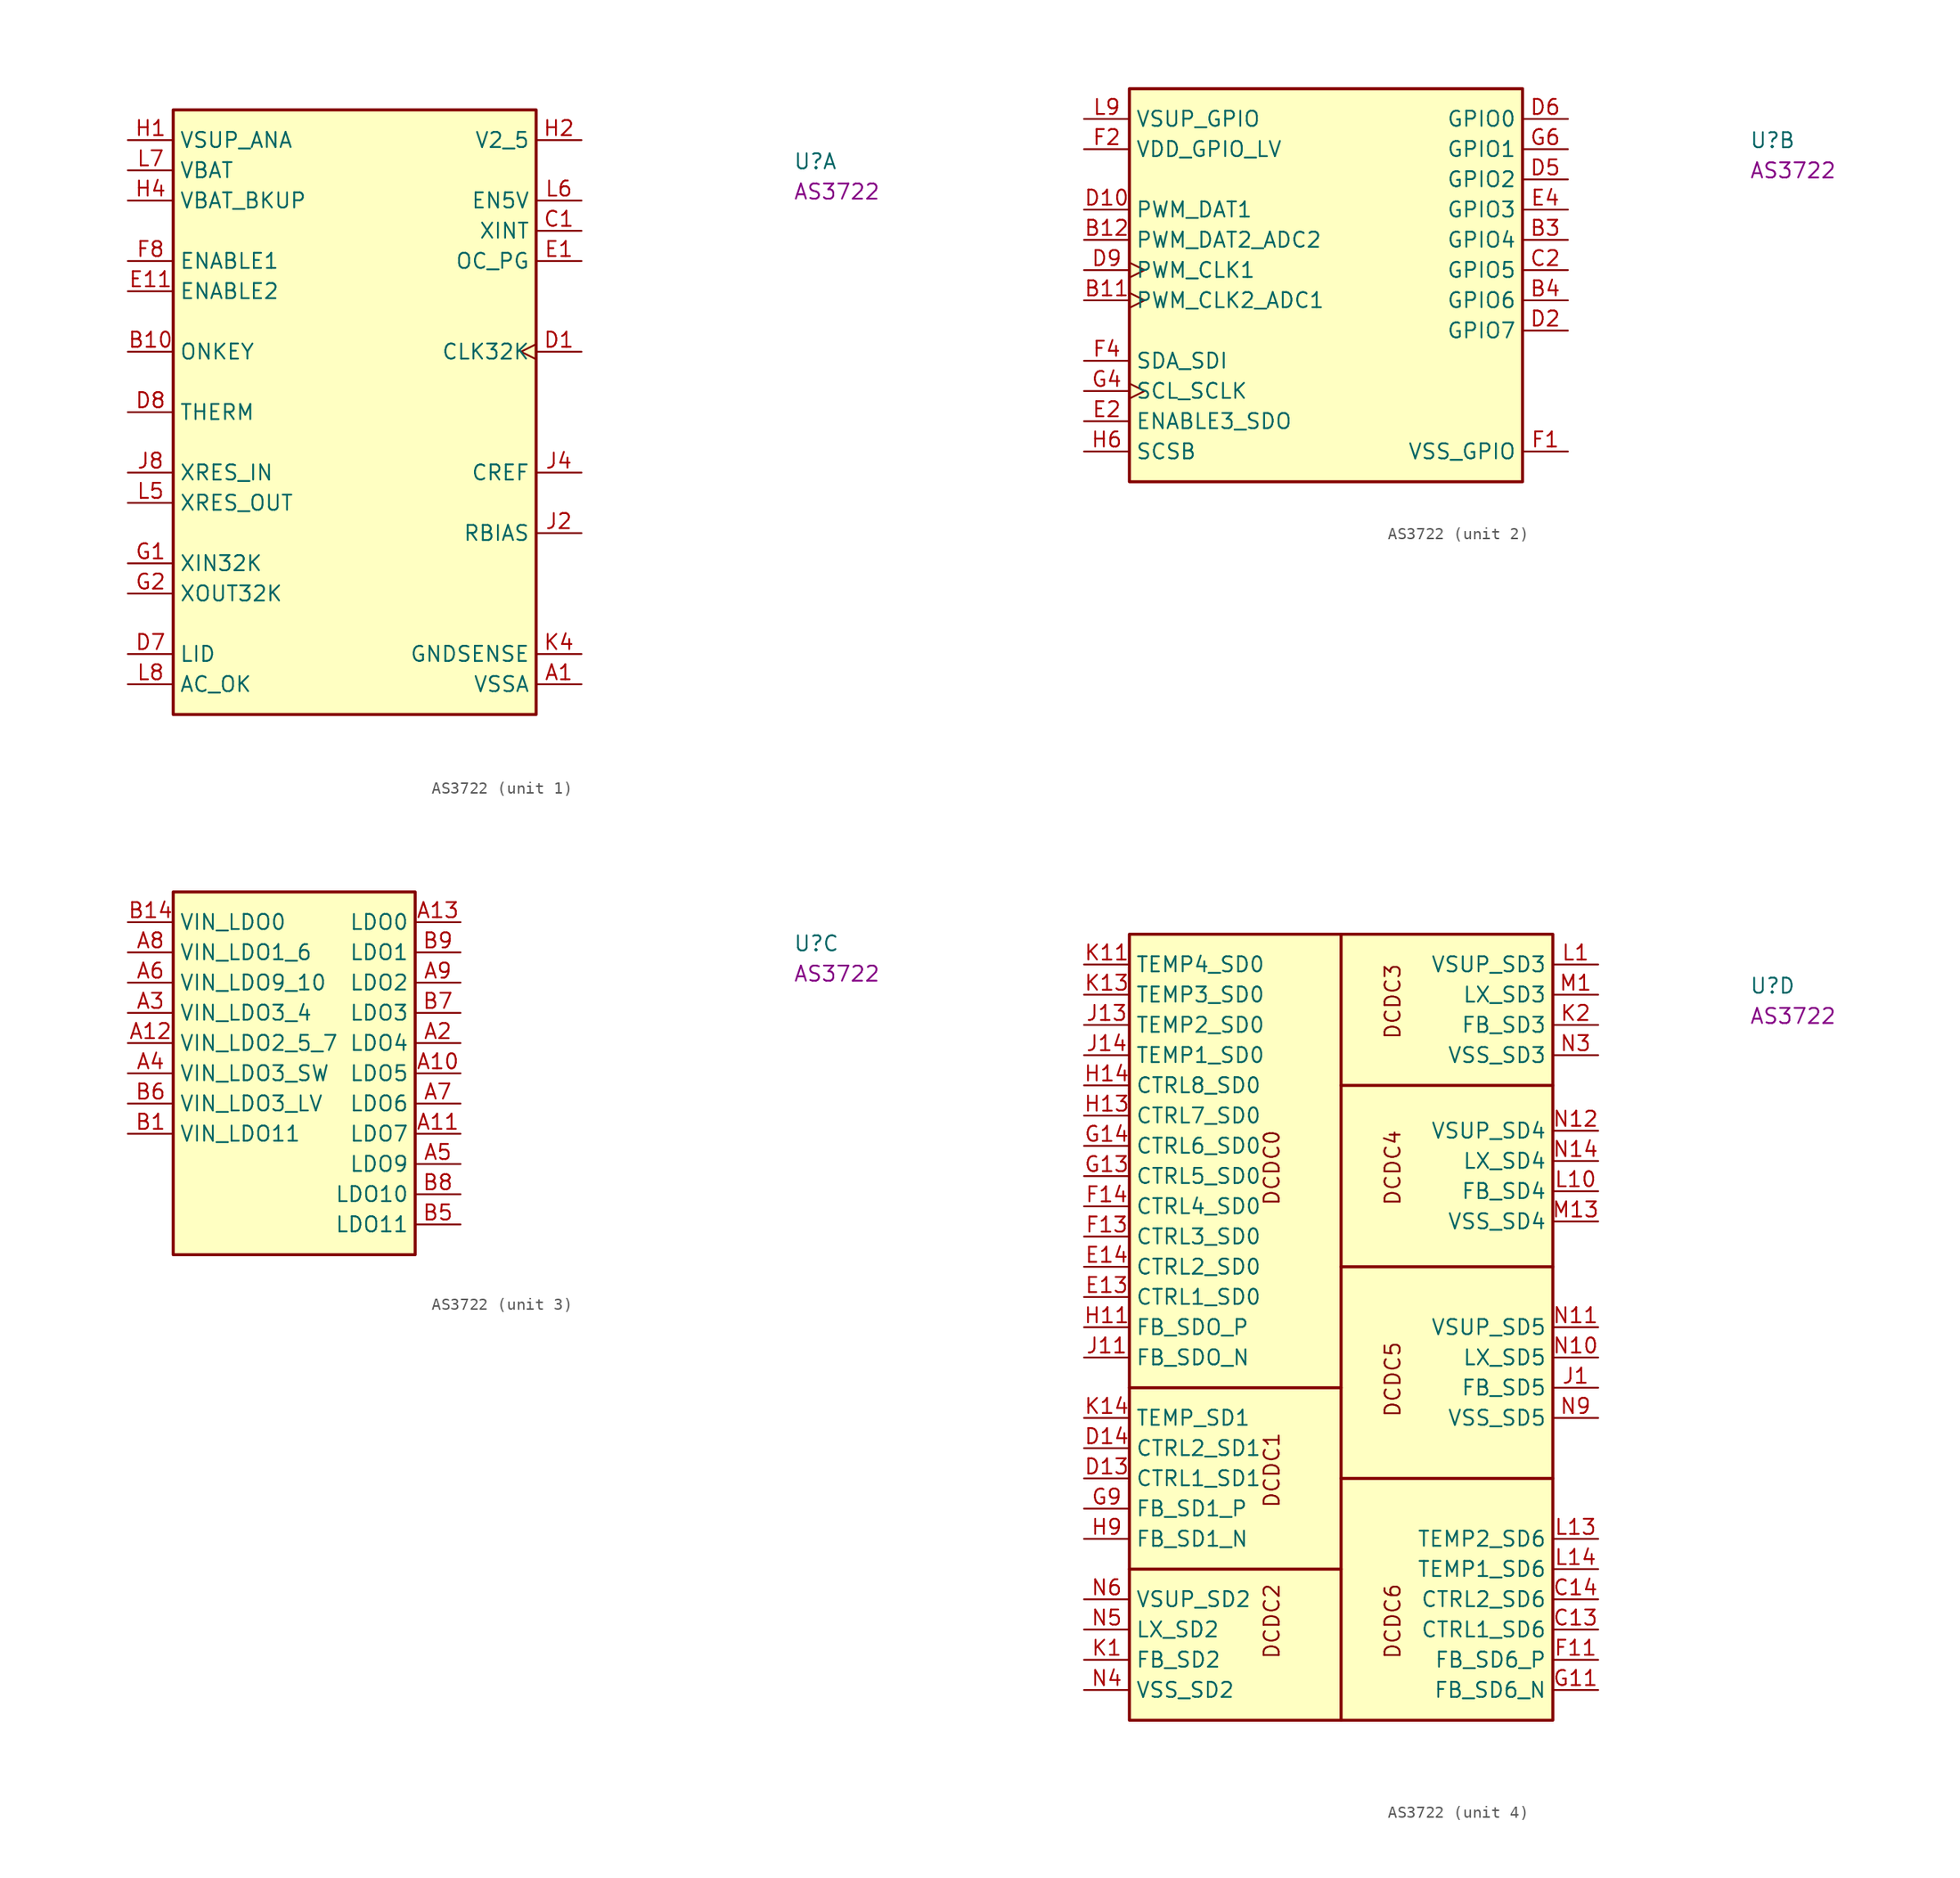
<source format=kicad_sym>
(kicad_symbol_lib
  (version 20220914)
  (generator kicad_symbol_editor)
  (symbol "AS3722"
    (property "Reference" "U"
      (at 55.88 -2.54 0)
      (effects (font (size 1.27 1.27) (thickness 0.15)) (justify left bottom)))
    (property "MPN" "AS3722"
      (at 55.88 -5.08 0)
      (effects (font (size 1.27 1.27) (thickness 0.15)) (justify left bottom)))
    (property "ki_locked" ""
      (at 0 0 0)
      (effects (font (size 1.27 1.27))))
    (symbol "AS3722_1_1"
      (rectangle (start 3.81 2.54) (end 34.29 -48.26) (stroke (width 0.254) (type default)) (fill (type background)))
      (pin power_in line (at 38.1 -45.72 180) (length 3.81) (name "VSSA" (effects (font (size 1.27 1.27)))) (number "A1" (effects (font (size 1.27 1.27)))))
      (pin passive line (at 38.1 -45.72 180) (length 3.81) hide (name "VSSA" (effects (font (size 1.27 1.27)))) (number "A14" (effects (font (size 1.27 1.27)))))
      (pin input line (at 0 -17.78 0) (length 3.81) (name "ONKEY" (effects (font (size 1.27 1.27)))) (number "B10" (effects (font (size 1.27 1.27)))))
      (pin output line (at 38.1 -7.62 180) (length 3.81) (name "XINT" (effects (font (size 1.27 1.27)))) (number "C1" (effects (font (size 1.27 1.27)))))
      (pin output clock (at 38.1 -17.78 180) (length 3.81) (name "CLK32K" (effects (font (size 1.27 1.27)))) (number "D1" (effects (font (size 1.27 1.27)))))
      (pin input line (at 0 -43.18 0) (length 3.81) (name "LID" (effects (font (size 1.27 1.27)))) (number "D7" (effects (font (size 1.27 1.27)))))
      (pin input line (at 0 -22.86 0) (length 3.81) (name "THERM" (effects (font (size 1.27 1.27)))) (number "D8" (effects (font (size 1.27 1.27)))))
      (pin output line (at 38.1 -10.16 180) (length 3.81) (name "OC_PG" (effects (font (size 1.27 1.27)))) (number "E1" (effects (font (size 1.27 1.27)))))
      (pin input line (at 0 -12.7 0) (length 3.81) (name "ENABLE2" (effects (font (size 1.27 1.27)))) (number "E11" (effects (font (size 1.27 1.27)))))
      (pin passive line (at 38.1 -45.72 180) (length 3.81) hide (name "VSSA" (effects (font (size 1.27 1.27)))) (number "F7" (effects (font (size 1.27 1.27)))))
      (pin input line (at 0 -10.16 0) (length 3.81) (name "ENABLE1" (effects (font (size 1.27 1.27)))) (number "F8" (effects (font (size 1.27 1.27)))))
      (pin input line (at 0 -35.56 0) (length 3.81) (name "XIN32K" (effects (font (size 1.27 1.27)))) (number "G1" (effects (font (size 1.27 1.27)))))
      (pin output line (at 0 -38.1 0) (length 3.81) (name "XOUT32K" (effects (font (size 1.27 1.27)))) (number "G2" (effects (font (size 1.27 1.27)))))
      (pin power_in line (at 0 0 0) (length 3.81) (name "VSUP_ANA" (effects (font (size 1.27 1.27)))) (number "H1" (effects (font (size 1.27 1.27)))))
      (pin output line (at 38.1 0 180) (length 3.81) (name "V2_5" (effects (font (size 1.27 1.27)))) (number "H2" (effects (font (size 1.27 1.27)))))
      (pin power_in line (at 0 -5.08 0) (length 3.81) (name "VBAT_BKUP" (effects (font (size 1.27 1.27)))) (number "H4" (effects (font (size 1.27 1.27)))))
      (pin bidirectional line (at 38.1 -33.02 180) (length 3.81) (name "RBIAS" (effects (font (size 1.27 1.27)))) (number "J2" (effects (font (size 1.27 1.27)))))
      (pin bidirectional line (at 38.1 -27.94 180) (length 3.81) (name "CREF" (effects (font (size 1.27 1.27)))) (number "J4" (effects (font (size 1.27 1.27)))))
      (pin passive line (at 38.1 -45.72 180) (length 3.81) hide (name "VSSA" (effects (font (size 1.27 1.27)))) (number "J7" (effects (font (size 1.27 1.27)))))
      (pin input line (at 0 -27.94 0) (length 3.81) (name "XRES_IN" (effects (font (size 1.27 1.27)))) (number "J8" (effects (font (size 1.27 1.27)))))
      (pin power_in line (at 38.1 -43.18 180) (length 3.81) (name "GNDSENSE" (effects (font (size 1.27 1.27)))) (number "K4" (effects (font (size 1.27 1.27)))))
      (pin output line (at 0 -30.48 0) (length 3.81) (name "XRES_OUT" (effects (font (size 1.27 1.27)))) (number "L5" (effects (font (size 1.27 1.27)))))
      (pin output line (at 38.1 -5.08 180) (length 3.81) (name "EN5V" (effects (font (size 1.27 1.27)))) (number "L6" (effects (font (size 1.27 1.27)))))
      (pin power_in line (at 0 -2.54 0) (length 3.81) (name "VBAT" (effects (font (size 1.27 1.27)))) (number "L7" (effects (font (size 1.27 1.27)))))
      (pin input line (at 0 -45.72 0) (length 3.81) (name "AC_OK" (effects (font (size 1.27 1.27)))) (number "L8" (effects (font (size 1.27 1.27)))))
      (pin passive line (at 38.1 -45.72 180) (length 3.81) hide (name "VSSA" (effects (font (size 1.27 1.27)))) (number "P1" (effects (font (size 1.27 1.27)))))
      (pin passive line (at 38.1 -45.72 180) (length 3.81) hide (name "VSSA" (effects (font (size 1.27 1.27)))) (number "P14" (effects (font (size 1.27 1.27))))))
    (symbol "AS3722_2_1"
      (rectangle (start 3.81 2.54) (end 36.83 -30.48) (stroke (width 0.254) (type default)) (fill (type background)))
      (pin input clock (at 0 -15.24 0) (length 3.81) (name "PWM_CLK2_ADC1" (effects (font (size 1.27 1.27)))) (number "B11" (effects (font (size 1.27 1.27)))))
      (pin input line (at 0 -10.16 0) (length 3.81) (name "PWM_DAT2_ADC2" (effects (font (size 1.27 1.27)))) (number "B12" (effects (font (size 1.27 1.27)))))
      (pin bidirectional line (at 40.64 -10.16 180) (length 3.81) (name "GPIO4" (effects (font (size 1.27 1.27)))) (number "B3" (effects (font (size 1.27 1.27)))))
      (pin bidirectional line (at 40.64 -15.24 180) (length 3.81) (name "GPIO6" (effects (font (size 1.27 1.27)))) (number "B4" (effects (font (size 1.27 1.27)))))
      (pin bidirectional line (at 40.64 -12.7 180) (length 3.81) (name "GPIO5" (effects (font (size 1.27 1.27)))) (number "C2" (effects (font (size 1.27 1.27)))))
      (pin input line (at 0 -7.62 0) (length 3.81) (name "PWM_DAT1" (effects (font (size 1.27 1.27)))) (number "D10" (effects (font (size 1.27 1.27)))))
      (pin bidirectional line (at 40.64 -17.78 180) (length 3.81) (name "GPIO7" (effects (font (size 1.27 1.27)))) (number "D2" (effects (font (size 1.27 1.27)))))
      (pin bidirectional line (at 40.64 -5.08 180) (length 3.81) (name "GPIO2" (effects (font (size 1.27 1.27)))) (number "D5" (effects (font (size 1.27 1.27)))))
      (pin bidirectional line (at 40.64 0 180) (length 3.81) (name "GPIO0" (effects (font (size 1.27 1.27)))) (number "D6" (effects (font (size 1.27 1.27)))))
      (pin input clock (at 0 -12.7 0) (length 3.81) (name "PWM_CLK1" (effects (font (size 1.27 1.27)))) (number "D9" (effects (font (size 1.27 1.27)))))
      (pin bidirectional line (at 0 -25.4 0) (length 3.81) (name "ENABLE3_SDO" (effects (font (size 1.27 1.27)))) (number "E2" (effects (font (size 1.27 1.27)))))
      (pin bidirectional line (at 40.64 -7.62 180) (length 3.81) (name "GPIO3" (effects (font (size 1.27 1.27)))) (number "E4" (effects (font (size 1.27 1.27)))))
      (pin power_in line (at 40.64 -27.94 180) (length 3.81) (name "VSS_GPIO" (effects (font (size 1.27 1.27)))) (number "F1" (effects (font (size 1.27 1.27)))))
      (pin power_in line (at 0 -2.54 0) (length 3.81) (name "VDD_GPIO_LV" (effects (font (size 1.27 1.27)))) (number "F2" (effects (font (size 1.27 1.27)))))
      (pin input line (at 0 -20.32 0) (length 3.81) (name "SDA_SDI" (effects (font (size 1.27 1.27)))) (number "F4" (effects (font (size 1.27 1.27)))))
      (pin input clock (at 0 -22.86 0) (length 3.81) (name "SCL_SCLK" (effects (font (size 1.27 1.27)))) (number "G4" (effects (font (size 1.27 1.27)))))
      (pin bidirectional line (at 40.64 -2.54 180) (length 3.81) (name "GPIO1" (effects (font (size 1.27 1.27)))) (number "G6" (effects (font (size 1.27 1.27)))))
      (pin input line (at 0 -27.94 0) (length 3.81) (name "SCSB" (effects (font (size 1.27 1.27)))) (number "H6" (effects (font (size 1.27 1.27)))))
      (pin power_in line (at 0 0 0) (length 3.81) (name "VSUP_GPIO" (effects (font (size 1.27 1.27)))) (number "L9" (effects (font (size 1.27 1.27))))))
    (symbol "AS3722_3_1"
      (rectangle (start 3.81 2.54) (end 24.13 -27.94) (stroke (width 0.254) (type default)) (fill (type background)))
      (pin power_out line (at 27.94 -12.7 180) (length 3.81) (name "LDO5" (effects (font (size 1.27 1.27)))) (number "A10" (effects (font (size 1.27 1.27)))))
      (pin power_out line (at 27.94 -17.78 180) (length 3.81) (name "LDO7" (effects (font (size 1.27 1.27)))) (number "A11" (effects (font (size 1.27 1.27)))))
      (pin power_in line (at 0 -10.16 0) (length 3.81) (name "VIN_LDO2_5_7" (effects (font (size 1.27 1.27)))) (number "A12" (effects (font (size 1.27 1.27)))))
      (pin power_out line (at 27.94 0 180) (length 3.81) (name "LDO0" (effects (font (size 1.27 1.27)))) (number "A13" (effects (font (size 1.27 1.27)))))
      (pin power_out line (at 27.94 -10.16 180) (length 3.81) (name "LDO4" (effects (font (size 1.27 1.27)))) (number "A2" (effects (font (size 1.27 1.27)))))
      (pin power_in line (at 0 -7.62 0) (length 3.81) (name "VIN_LDO3_4" (effects (font (size 1.27 1.27)))) (number "A3" (effects (font (size 1.27 1.27)))))
      (pin power_in line (at 0 -12.7 0) (length 3.81) (name "VIN_LDO3_SW" (effects (font (size 1.27 1.27)))) (number "A4" (effects (font (size 1.27 1.27)))))
      (pin power_out line (at 27.94 -20.32 180) (length 3.81) (name "LDO9" (effects (font (size 1.27 1.27)))) (number "A5" (effects (font (size 1.27 1.27)))))
      (pin power_in line (at 0 -5.08 0) (length 3.81) (name "VIN_LDO9_10" (effects (font (size 1.27 1.27)))) (number "A6" (effects (font (size 1.27 1.27)))))
      (pin power_out line (at 27.94 -15.24 180) (length 3.81) (name "LDO6" (effects (font (size 1.27 1.27)))) (number "A7" (effects (font (size 1.27 1.27)))))
      (pin power_in line (at 0 -2.54 0) (length 3.81) (name "VIN_LDO1_6" (effects (font (size 1.27 1.27)))) (number "A8" (effects (font (size 1.27 1.27)))))
      (pin power_out line (at 27.94 -5.08 180) (length 3.81) (name "LDO2" (effects (font (size 1.27 1.27)))) (number "A9" (effects (font (size 1.27 1.27)))))
      (pin power_in line (at 0 -17.78 0) (length 3.81) (name "VIN_LDO11" (effects (font (size 1.27 1.27)))) (number "B1" (effects (font (size 1.27 1.27)))))
      (pin power_in line (at 0 0 0) (length 3.81) (name "VIN_LDO0" (effects (font (size 1.27 1.27)))) (number "B14" (effects (font (size 1.27 1.27)))))
      (pin power_out line (at 27.94 -25.4 180) (length 3.81) (name "LDO11" (effects (font (size 1.27 1.27)))) (number "B5" (effects (font (size 1.27 1.27)))))
      (pin power_in line (at 0 -15.24 0) (length 3.81) (name "VIN_LDO3_LV" (effects (font (size 1.27 1.27)))) (number "B6" (effects (font (size 1.27 1.27)))))
      (pin power_out line (at 27.94 -7.62 180) (length 3.81) (name "LDO3" (effects (font (size 1.27 1.27)))) (number "B7" (effects (font (size 1.27 1.27)))))
      (pin power_out line (at 27.94 -22.86 180) (length 3.81) (name "LDO10" (effects (font (size 1.27 1.27)))) (number "B8" (effects (font (size 1.27 1.27)))))
      (pin power_out line (at 27.94 -2.54 180) (length 3.81) (name "LDO1" (effects (font (size 1.27 1.27)))) (number "B9" (effects (font (size 1.27 1.27))))))
    (symbol "AS3722_4_1"
      (polyline (pts (xy 21.59 -50.8) (xy 21.59 -63.5)) (stroke (width 0.254) (type default)) (fill (type background)))
      (polyline (pts (xy 39.37 -43.18) (xy 21.59 -43.18)) (stroke (width 0.254) (type default)) (fill (type background)))
      (polyline (pts (xy 39.37 -25.4) (xy 21.59 -25.4)) (stroke (width 0.254) (type default)) (fill (type background)))
      (polyline (pts (xy 39.37 -10.16) (xy 21.59 -10.16)) (stroke (width 0.254) (type default)) (fill (type background)))
      (polyline (pts (xy 21.59 -35.56) (xy 21.59 -50.8) (xy 3.81 -50.8)) (stroke (width 0.254) (type default)) (fill (type background)))
      (polyline (pts (xy 21.59 2.54) (xy 21.59 -35.56) (xy 3.81 -35.56)) (stroke (width 0.254) (type default)) (fill (type background)))
      (rectangle (start 3.81 2.54) (end 39.37 -63.5) (stroke (width 0.254) (type default)) (fill (type background)))
      (text "DCDC0" (at 16.51 -20.32 900) (effects (font (size 1.27 1.27) (thickness 0.15)) (justify left bottom)))
      (text "DCDC1" (at 16.51 -45.72 900) (effects (font (size 1.27 1.27) (thickness 0.15)) (justify left bottom)))
      (text "DCDC2" (at 16.51 -58.42 900) (effects (font (size 1.27 1.27) (thickness 0.15)) (justify left bottom)))
      (text "DCDC3" (at 26.67 -6.35 900) (effects (font (size 1.27 1.27) (thickness 0.15)) (justify left bottom)))
      (text "DCDC4" (at 26.67 -20.32 900) (effects (font (size 1.27 1.27) (thickness 0.15)) (justify left bottom)))
      (text "DCDC5" (at 26.67 -38.1 900) (effects (font (size 1.27 1.27) (thickness 0.15)) (justify left bottom)))
      (text "DCDC6" (at 26.67 -58.42 900) (effects (font (size 1.27 1.27) (thickness 0.15)) (justify left bottom)))
      (pin bidirectional line (at 43.18 -55.88 180) (length 3.81) (name "CTRL1_SD6" (effects (font (size 1.27 1.27)))) (number "C13" (effects (font (size 1.27 1.27)))))
      (pin bidirectional line (at 43.18 -53.34 180) (length 3.81) (name "CTRL2_SD6" (effects (font (size 1.27 1.27)))) (number "C14" (effects (font (size 1.27 1.27)))))
      (pin bidirectional line (at 0 -43.18 0) (length 3.81) (name "CTRL1_SD1" (effects (font (size 1.27 1.27)))) (number "D13" (effects (font (size 1.27 1.27)))))
      (pin bidirectional line (at 0 -40.64 0) (length 3.81) (name "CTRL2_SD1" (effects (font (size 1.27 1.27)))) (number "D14" (effects (font (size 1.27 1.27)))))
      (pin bidirectional line (at 0 -27.94 0) (length 3.81) (name "CTRL1_SD0" (effects (font (size 1.27 1.27)))) (number "E13" (effects (font (size 1.27 1.27)))))
      (pin bidirectional line (at 0 -25.4 0) (length 3.81) (name "CTRL2_SD0" (effects (font (size 1.27 1.27)))) (number "E14" (effects (font (size 1.27 1.27)))))
      (pin bidirectional line (at 43.18 -58.42 180) (length 3.81) (name "FB_SD6_P" (effects (font (size 1.27 1.27)))) (number "F11" (effects (font (size 1.27 1.27)))))
      (pin bidirectional line (at 0 -22.86 0) (length 3.81) (name "CTRL3_SD0" (effects (font (size 1.27 1.27)))) (number "F13" (effects (font (size 1.27 1.27)))))
      (pin bidirectional line (at 0 -20.32 0) (length 3.81) (name "CTRL4_SD0" (effects (font (size 1.27 1.27)))) (number "F14" (effects (font (size 1.27 1.27)))))
      (pin bidirectional line (at 43.18 -60.96 180) (length 3.81) (name "FB_SD6_N" (effects (font (size 1.27 1.27)))) (number "G11" (effects (font (size 1.27 1.27)))))
      (pin bidirectional line (at 0 -17.78 0) (length 3.81) (name "CTRL5_SD0" (effects (font (size 1.27 1.27)))) (number "G13" (effects (font (size 1.27 1.27)))))
      (pin bidirectional line (at 0 -15.24 0) (length 3.81) (name "CTRL6_SD0" (effects (font (size 1.27 1.27)))) (number "G14" (effects (font (size 1.27 1.27)))))
      (pin bidirectional line (at 0 -45.72 0) (length 3.81) (name "FB_SD1_P" (effects (font (size 1.27 1.27)))) (number "G9" (effects (font (size 1.27 1.27)))))
      (pin bidirectional line (at 0 -30.48 0) (length 3.81) (name "FB_SDO_P" (effects (font (size 1.27 1.27)))) (number "H11" (effects (font (size 1.27 1.27)))))
      (pin bidirectional line (at 0 -12.7 0) (length 3.81) (name "CTRL7_SD0" (effects (font (size 1.27 1.27)))) (number "H13" (effects (font (size 1.27 1.27)))))
      (pin bidirectional line (at 0 -10.16 0) (length 3.81) (name "CTRL8_SD0" (effects (font (size 1.27 1.27)))) (number "H14" (effects (font (size 1.27 1.27)))))
      (pin bidirectional line (at 0 -48.26 0) (length 3.81) (name "FB_SD1_N" (effects (font (size 1.27 1.27)))) (number "H9" (effects (font (size 1.27 1.27)))))
      (pin bidirectional line (at 43.18 -35.56 180) (length 3.81) (name "FB_SD5" (effects (font (size 1.27 1.27)))) (number "J1" (effects (font (size 1.27 1.27)))))
      (pin bidirectional line (at 0 -33.02 0) (length 3.81) (name "FB_SDO_N" (effects (font (size 1.27 1.27)))) (number "J11" (effects (font (size 1.27 1.27)))))
      (pin bidirectional line (at 0 -5.08 0) (length 3.81) (name "TEMP2_SD0" (effects (font (size 1.27 1.27)))) (number "J13" (effects (font (size 1.27 1.27)))))
      (pin bidirectional line (at 0 -7.62 0) (length 3.81) (name "TEMP1_SD0" (effects (font (size 1.27 1.27)))) (number "J14" (effects (font (size 1.27 1.27)))))
      (pin bidirectional line (at 0 -58.42 0) (length 3.81) (name "FB_SD2" (effects (font (size 1.27 1.27)))) (number "K1" (effects (font (size 1.27 1.27)))))
      (pin bidirectional line (at 0 0 0) (length 3.81) (name "TEMP4_SD0" (effects (font (size 1.27 1.27)))) (number "K11" (effects (font (size 1.27 1.27)))))
      (pin bidirectional line (at 0 -2.54 0) (length 3.81) (name "TEMP3_SD0" (effects (font (size 1.27 1.27)))) (number "K13" (effects (font (size 1.27 1.27)))))
      (pin bidirectional line (at 0 -38.1 0) (length 3.81) (name "TEMP_SD1" (effects (font (size 1.27 1.27)))) (number "K14" (effects (font (size 1.27 1.27)))))
      (pin bidirectional line (at 43.18 -5.08 180) (length 3.81) (name "FB_SD3" (effects (font (size 1.27 1.27)))) (number "K2" (effects (font (size 1.27 1.27)))))
      (pin power_in line (at 43.18 0 180) (length 3.81) (name "VSUP_SD3" (effects (font (size 1.27 1.27)))) (number "L1" (effects (font (size 1.27 1.27)))))
      (pin bidirectional line (at 43.18 -19.05 180) (length 3.81) (name "FB_SD4" (effects (font (size 1.27 1.27)))) (number "L10" (effects (font (size 1.27 1.27)))))
      (pin bidirectional line (at 43.18 -48.26 180) (length 3.81) (name "TEMP2_SD6" (effects (font (size 1.27 1.27)))) (number "L13" (effects (font (size 1.27 1.27)))))
      (pin bidirectional line (at 43.18 -50.8 180) (length 3.81) (name "TEMP1_SD6" (effects (font (size 1.27 1.27)))) (number "L14" (effects (font (size 1.27 1.27)))))
      (pin passive line (at 43.18 0 180) (length 3.81) hide (name "VSUP_SD3" (effects (font (size 1.27 1.27)))) (number "L2" (effects (font (size 1.27 1.27)))))
      (pin bidirectional line (at 43.18 -2.54 180) (length 3.81) (name "LX_SD3" (effects (font (size 1.27 1.27)))) (number "M1" (effects (font (size 1.27 1.27)))))
      (pin power_in line (at 43.18 -21.59 180) (length 3.81) (name "VSS_SD4" (effects (font (size 1.27 1.27)))) (number "M13" (effects (font (size 1.27 1.27)))))
      (pin passive line (at 43.18 -21.59 180) (length 3.81) hide (name "VSS_SD4" (effects (font (size 1.27 1.27)))) (number "M14" (effects (font (size 1.27 1.27)))))
      (pin passive line (at 43.18 -2.54 180) (length 3.81) hide (name "LX_SD3" (effects (font (size 1.27 1.27)))) (number "M2" (effects (font (size 1.27 1.27)))))
      (pin passive line (at 43.18 -2.54 180) (length 3.81) hide (name "LX_SD3" (effects (font (size 1.27 1.27)))) (number "N1" (effects (font (size 1.27 1.27)))))
      (pin bidirectional line (at 43.18 -33.02 180) (length 3.81) (name "LX_SD5" (effects (font (size 1.27 1.27)))) (number "N10" (effects (font (size 1.27 1.27)))))
      (pin power_in line (at 43.18 -30.48 180) (length 3.81) (name "VSUP_SD5" (effects (font (size 1.27 1.27)))) (number "N11" (effects (font (size 1.27 1.27)))))
      (pin power_in line (at 43.18 -13.97 180) (length 3.81) (name "VSUP_SD4" (effects (font (size 1.27 1.27)))) (number "N12" (effects (font (size 1.27 1.27)))))
      (pin bidirectional line (at 43.18 -16.51 180) (length 3.81) (name "LX_SD4" (effects (font (size 1.27 1.27)))) (number "N14" (effects (font (size 1.27 1.27)))))
      (pin power_in line (at 43.18 -7.62 180) (length 3.81) (name "VSS_SD3" (effects (font (size 1.27 1.27)))) (number "N3" (effects (font (size 1.27 1.27)))))
      (pin power_in line (at 0 -60.96 0) (length 3.81) (name "VSS_SD2" (effects (font (size 1.27 1.27)))) (number "N4" (effects (font (size 1.27 1.27)))))
      (pin bidirectional line (at 0 -55.88 0) (length 3.81) (name "LX_SD2" (effects (font (size 1.27 1.27)))) (number "N5" (effects (font (size 1.27 1.27)))))
      (pin power_in line (at 0 -53.34 0) (length 3.81) (name "VSUP_SD2" (effects (font (size 1.27 1.27)))) (number "N6" (effects (font (size 1.27 1.27)))))
      (pin passive line (at 0 -55.88 0) (length 3.81) hide (name "LX_SD2" (effects (font (size 1.27 1.27)))) (number "N7" (effects (font (size 1.27 1.27)))))
      (pin passive line (at 0 -60.96 0) (length 3.81) hide (name "VSS_SD2" (effects (font (size 1.27 1.27)))) (number "N8" (effects (font (size 1.27 1.27)))))
      (pin power_in line (at 43.18 -38.1 180) (length 3.81) (name "VSS_SD5" (effects (font (size 1.27 1.27)))) (number "N9" (effects (font (size 1.27 1.27)))))
      (pin passive line (at 43.18 -33.02 180) (length 3.81) hide (name "LX_SD5" (effects (font (size 1.27 1.27)))) (number "P10" (effects (font (size 1.27 1.27)))))
      (pin passive line (at 43.18 -30.48 180) (length 3.81) hide (name "VSUP_SD5" (effects (font (size 1.27 1.27)))) (number "P11" (effects (font (size 1.27 1.27)))))
      (pin passive line (at 43.18 -13.97 180) (length 3.81) hide (name "VSUP_SD4" (effects (font (size 1.27 1.27)))) (number "P12" (effects (font (size 1.27 1.27)))))
      (pin passive line (at 43.18 -16.51 180) (length 3.81) hide (name "LX_SD4" (effects (font (size 1.27 1.27)))) (number "P13" (effects (font (size 1.27 1.27)))))
      (pin passive line (at 43.18 -7.62 180) (length 3.81) hide (name "VSS_SD3" (effects (font (size 1.27 1.27)))) (number "P2" (effects (font (size 1.27 1.27)))))
      (pin passive line (at 43.18 -7.62 180) (length 3.81) hide (name "VSS_SD3" (effects (font (size 1.27 1.27)))) (number "P3" (effects (font (size 1.27 1.27)))))
      (pin passive line (at 0 -60.96 0) (length 3.81) hide (name "VSS_SD2" (effects (font (size 1.27 1.27)))) (number "P4" (effects (font (size 1.27 1.27)))))
      (pin passive line (at 0 -55.88 0) (length 3.81) hide (name "LX_SD2" (effects (font (size 1.27 1.27)))) (number "P5" (effects (font (size 1.27 1.27)))))
      (pin passive line (at 0 -53.34 0) (length 3.81) hide (name "VSUP_SD2" (effects (font (size 1.27 1.27)))) (number "P6" (effects (font (size 1.27 1.27)))))
      (pin passive line (at 0 -55.88 0) (length 3.81) hide (name "LX_SD2" (effects (font (size 1.27 1.27)))) (number "P7" (effects (font (size 1.27 1.27)))))
      (pin passive line (at 0 -60.96 0) (length 3.81) hide (name "VSS_SD2" (effects (font (size 1.27 1.27)))) (number "P8" (effects (font (size 1.27 1.27)))))
      (pin passive line (at 43.18 -38.1 180) (length 3.81) hide (name "VSS_SD5" (effects (font (size 1.27 1.27)))) (number "P9" (effects (font (size 1.27 1.27))))))))
</source>
